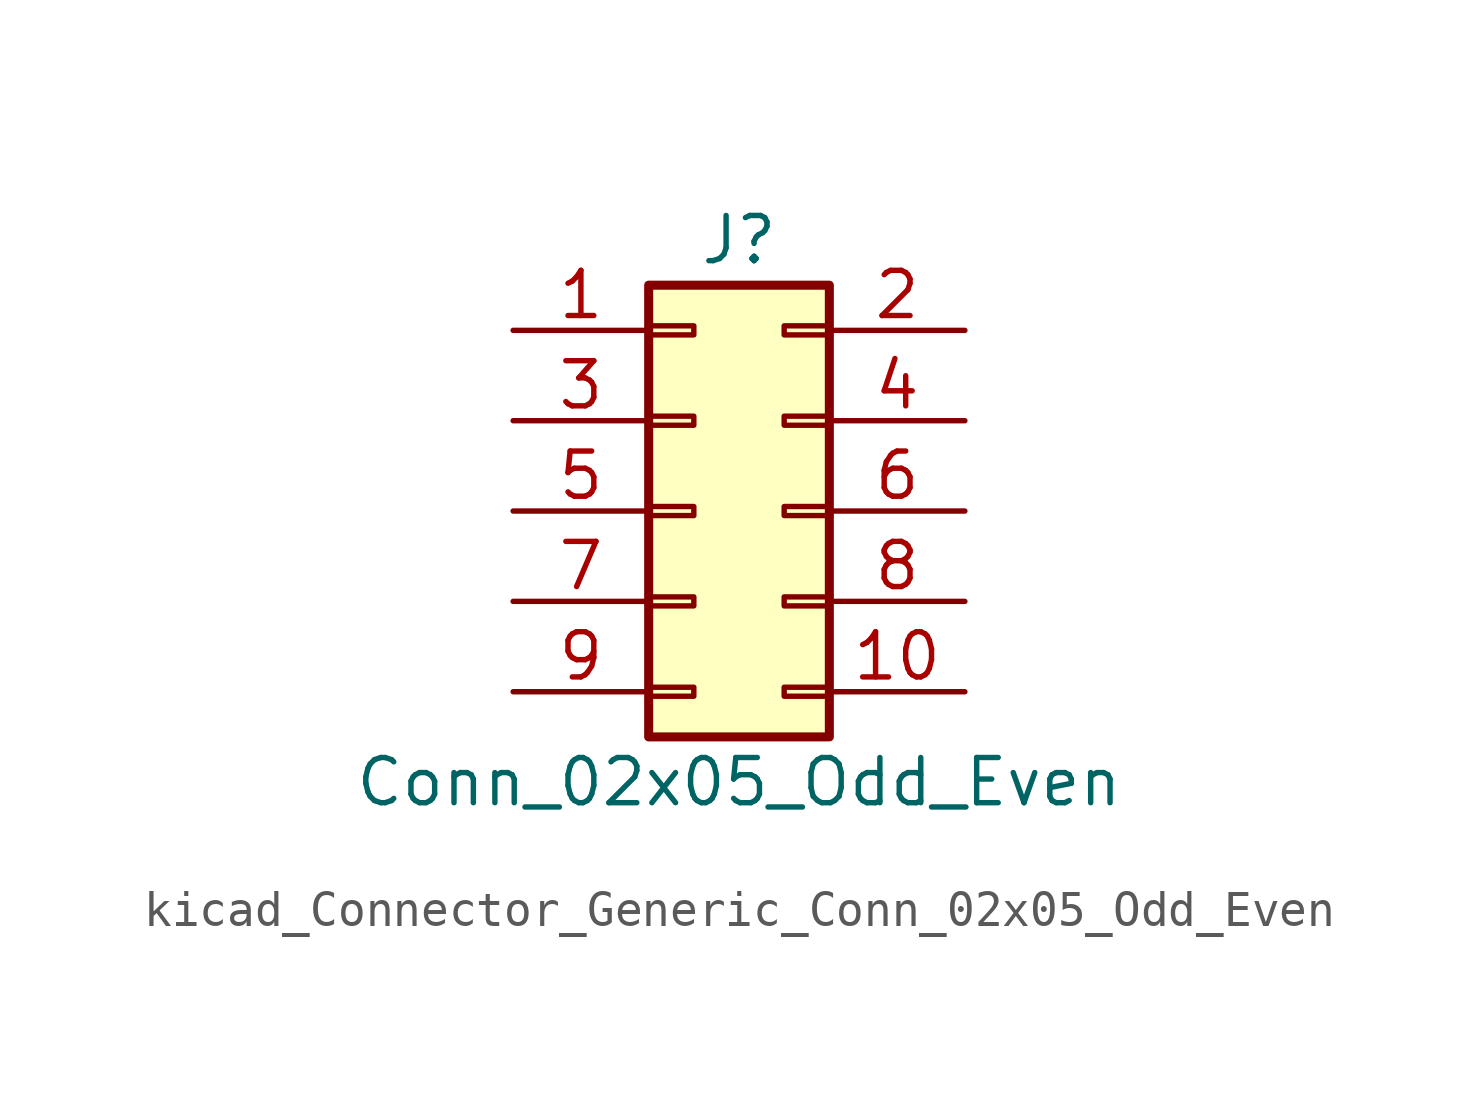
<source format=kicad_sym>
(kicad_symbol_lib
  (version 20220914)
  (generator kicad_symbol_editor)
  (symbol "kicad_Connector_Generic_Conn_02x05_Odd_Even"
    (pin_names
      (offset 1.016) hide)
    (property "Reference" "J"
      (at 1.27 7.62 0)
      (effects (font (size 1.27 1.27))))
    (property "Value" "Conn_02x05_Odd_Even"
      (at 1.27 -7.62 0)
      (effects (font (size 1.27 1.27))))
    (symbol "kicad_Connector_Generic_Conn_02x05_Odd_Even_1_1"
      (rectangle (start -1.27 -4.953) (end 0 -5.207) (stroke (width 0.152) (type default)) (fill (type none)))
      (rectangle (start -1.27 -2.413) (end 0 -2.667) (stroke (width 0.152) (type default)) (fill (type none)))
      (rectangle (start -1.27 0.127) (end 0 -0.127) (stroke (width 0.152) (type default)) (fill (type none)))
      (rectangle (start -1.27 2.667) (end 0 2.413) (stroke (width 0.152) (type default)) (fill (type none)))
      (rectangle (start -1.27 5.207) (end 0 4.953) (stroke (width 0.152) (type default)) (fill (type none)))
      (rectangle (start -1.27 6.35) (end 3.81 -6.35) (stroke (width 0.254) (type default)) (fill (type background)))
      (rectangle (start 3.81 -4.953) (end 2.54 -5.207) (stroke (width 0.152) (type default)) (fill (type none)))
      (rectangle (start 3.81 -2.413) (end 2.54 -2.667) (stroke (width 0.152) (type default)) (fill (type none)))
      (rectangle (start 3.81 0.127) (end 2.54 -0.127) (stroke (width 0.152) (type default)) (fill (type none)))
      (rectangle (start 3.81 2.667) (end 2.54 2.413) (stroke (width 0.152) (type default)) (fill (type none)))
      (rectangle (start 3.81 5.207) (end 2.54 4.953) (stroke (width 0.152) (type default)) (fill (type none)))
      (pin passive line (at -5.08 5.08 0) (length 3.81) (name "Pin_1" (effects (font (size 1.27 1.27)))) (number "1" (effects (font (size 1.27 1.27)))))
      (pin passive line (at 7.62 -5.08 180) (length 3.81) (name "Pin_10" (effects (font (size 1.27 1.27)))) (number "10" (effects (font (size 1.27 1.27)))))
      (pin passive line (at 7.62 5.08 180) (length 3.81) (name "Pin_2" (effects (font (size 1.27 1.27)))) (number "2" (effects (font (size 1.27 1.27)))))
      (pin passive line (at -5.08 2.54 0) (length 3.81) (name "Pin_3" (effects (font (size 1.27 1.27)))) (number "3" (effects (font (size 1.27 1.27)))))
      (pin passive line (at 7.62 2.54 180) (length 3.81) (name "Pin_4" (effects (font (size 1.27 1.27)))) (number "4" (effects (font (size 1.27 1.27)))))
      (pin passive line (at -5.08 0 0) (length 3.81) (name "Pin_5" (effects (font (size 1.27 1.27)))) (number "5" (effects (font (size 1.27 1.27)))))
      (pin passive line (at 7.62 0 180) (length 3.81) (name "Pin_6" (effects (font (size 1.27 1.27)))) (number "6" (effects (font (size 1.27 1.27)))))
      (pin passive line (at -5.08 -2.54 0) (length 3.81) (name "Pin_7" (effects (font (size 1.27 1.27)))) (number "7" (effects (font (size 1.27 1.27)))))
      (pin passive line (at 7.62 -2.54 180) (length 3.81) (name "Pin_8" (effects (font (size 1.27 1.27)))) (number "8" (effects (font (size 1.27 1.27)))))
      (pin passive line (at -5.08 -5.08 0) (length 3.81) (name "Pin_9" (effects (font (size 1.27 1.27)))) (number "9" (effects (font (size 1.27 1.27))))))))
</source>
